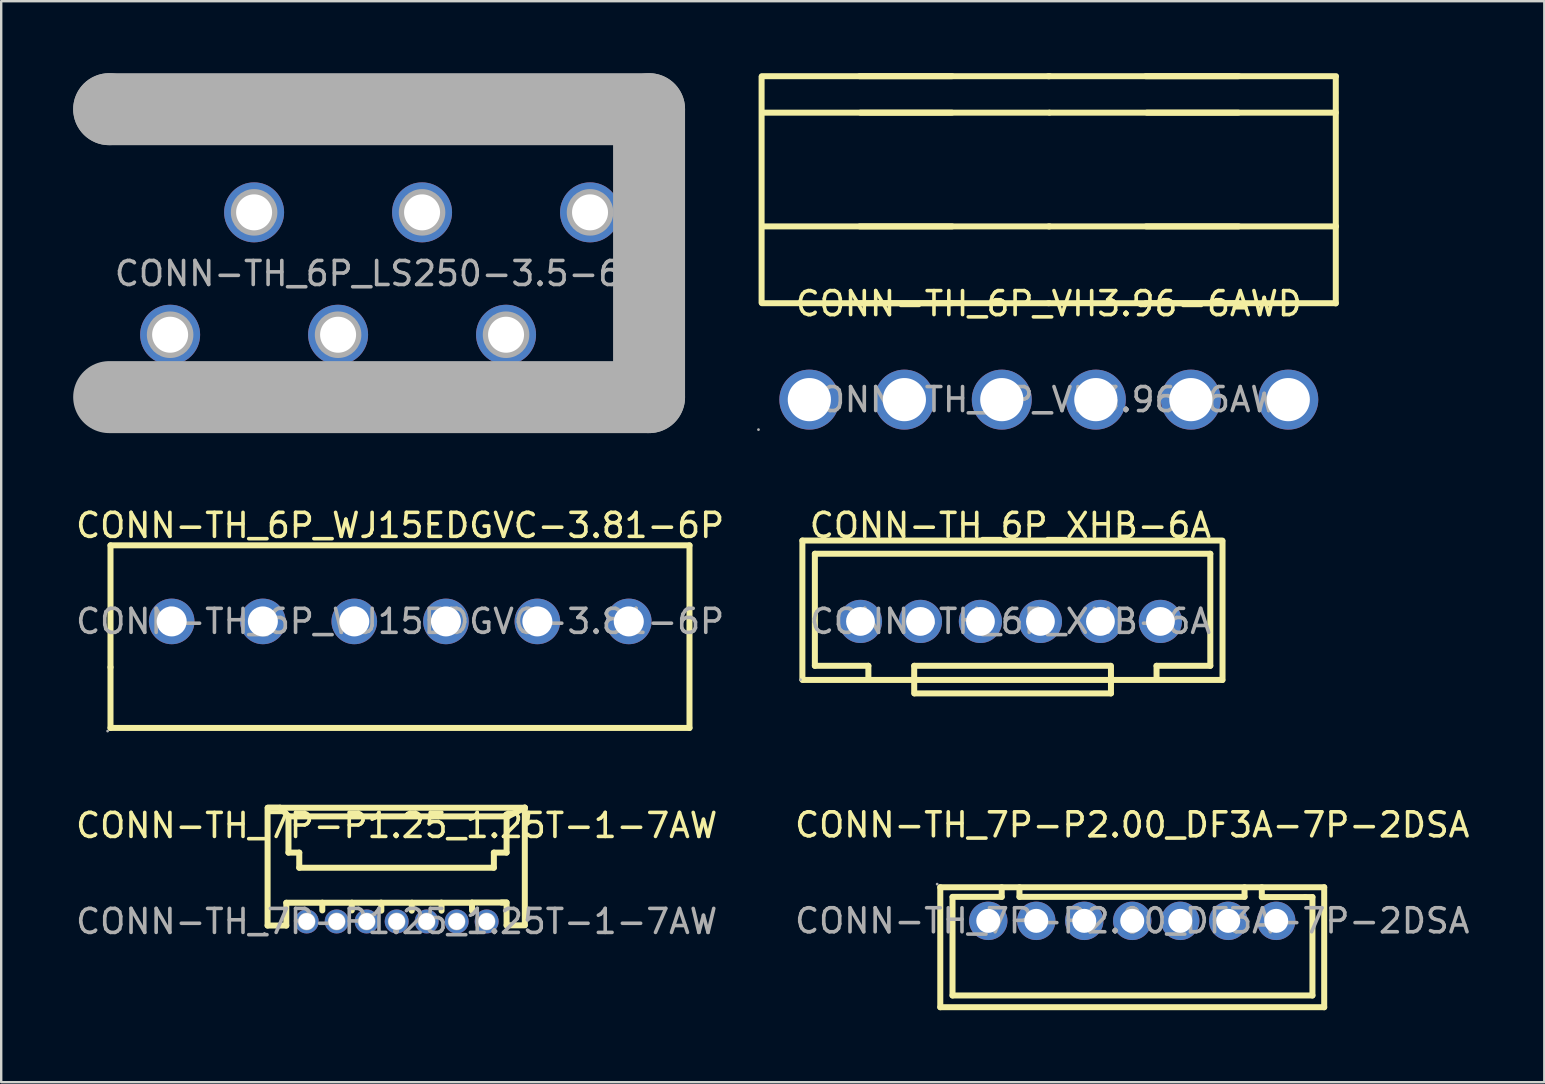
<source format=kicad_pcb>
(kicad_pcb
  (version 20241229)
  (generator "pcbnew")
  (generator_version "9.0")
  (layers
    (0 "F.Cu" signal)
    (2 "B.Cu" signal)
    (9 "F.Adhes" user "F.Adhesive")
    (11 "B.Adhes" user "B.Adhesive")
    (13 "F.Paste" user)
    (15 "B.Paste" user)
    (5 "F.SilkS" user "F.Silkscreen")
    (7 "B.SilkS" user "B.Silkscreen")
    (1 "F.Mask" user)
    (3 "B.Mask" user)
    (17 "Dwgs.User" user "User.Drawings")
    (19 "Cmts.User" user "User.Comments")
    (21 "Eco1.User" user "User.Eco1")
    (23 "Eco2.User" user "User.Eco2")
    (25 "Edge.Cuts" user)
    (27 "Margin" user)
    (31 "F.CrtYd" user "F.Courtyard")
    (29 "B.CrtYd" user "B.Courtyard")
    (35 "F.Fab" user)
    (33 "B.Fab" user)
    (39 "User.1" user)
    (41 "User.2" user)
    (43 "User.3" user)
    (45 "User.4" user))
  (footprint "CONN-TH_6P_WJ15EDGVC-3.81-6P"
    (layer "F.Cu")
    (at 13.625 22.848)
    (property "Reference" "CONN-TH_6P_WJ15EDGVC-3.81-6P" (at 0 -4 0) (layer "F.SilkS") (effects (font (size 1 1) (thickness 0.15))))
    (attr through_hole)
    (fp_line (start -12.07 -3.17) (end -12.07 1.91) (stroke (width 0.25) (type solid)) (layer "F.SilkS"))
    (fp_line (start -12.07 -3.17) (end 12.06 -3.17) (stroke (width 0.25) (type solid)) (layer "F.SilkS"))
    (fp_line (start -12.07 1.91) (end -12.07 4.44) (stroke (width 0.25) (type solid)) (layer "F.SilkS"))
    (fp_line (start 12.06 -3.17) (end 12.06 4.44) (stroke (width 0.25) (type solid)) (layer "F.SilkS"))
    (fp_line (start 12.06 4.44) (end -12.07 4.44) (stroke (width 0.25) (type solid)) (layer "F.SilkS"))
    (fp_circle (center -12.19 4.57) (end -12.16 4.57) (stroke (width 0.06) (type solid)) (fill no) (layer "F.Fab"))
    (fp_circle (center -9.52 0) (end -9.26 0) (stroke (width 0.52) (type solid)) (fill no) (layer "F.Fab"))
    (fp_circle (center -5.72 0) (end -5.46 0) (stroke (width 0.52) (type solid)) (fill no) (layer "F.Fab"))
    (fp_circle (center -1.91 0) (end -1.65 0) (stroke (width 0.52) (type solid)) (fill no) (layer "F.Fab"))
    (fp_circle (center 1.91 0) (end 2.17 0) (stroke (width 0.52) (type solid)) (fill no) (layer "F.Fab"))
    (fp_circle (center 5.72 0) (end 5.98 0) (stroke (width 0.52) (type solid)) (fill no) (layer "F.Fab"))
    (fp_circle (center 9.53 0) (end 9.79 0) (stroke (width 0.52) (type solid)) (fill no) (layer "F.Fab"))
    (fp_text user "${REFERENCE}" (at 0 0 0) (layer "F.Fab") (effects (font (size 1 1) (thickness 0.15))))
    (pad "1" thru_hole circle (at -9.52 0) (size 1.9 1.9) (drill 1.25) (layers "*.Cu" "*.Paste" "*.Mask"))
    (pad "2" thru_hole circle (at -5.72 0) (size 1.9 1.9) (drill 1.25) (layers "*.Cu" "*.Paste" "*.Mask"))
    (pad "3" thru_hole circle (at -1.91 0) (size 1.9 1.9) (drill 1.25) (layers "*.Cu" "*.Paste" "*.Mask"))
    (pad "4" thru_hole circle (at 1.91 0) (size 1.9 1.9) (drill 1.25) (layers "*.Cu" "*.Paste" "*.Mask"))
    (pad "5" thru_hole circle (at 5.72 0) (size 1.9 1.9) (drill 1.25) (layers "*.Cu" "*.Paste" "*.Mask"))
    (pad "6" thru_hole circle (at 9.53 0) (size 1.9 1.9) (drill 1.25) (layers "*.Cu" "*.Paste" "*.Mask")))
  (footprint "CONN-TH_6P_LS250-3.5-6P"
    (layer "F.Cu")
    (at 12.79 8.35)
    (property "Reference" "CONN-TH_6P_LS250-3.5-6P" (at 0 -6.55 0) (layer "F.SilkS") (effects (font (size 1 1) (thickness 0.15))))
    (attr through_hole)
    (fp_line (start -11.29 4.33) (end 11.06 4.33) (stroke (width 0.25) (type solid)) (layer "F.SilkS"))
    (fp_line (start -11.29 -6.85) (end -11.29 -6.85) (stroke (width 3) (type solid)) (layer "F.Fab"))
    (fp_line (start -11.29 -6.85) (end 11.21 -6.85) (stroke (width 3) (type solid)) (layer "F.Fab"))
    (fp_line (start 11.21 -6.85) (end 11.21 5.15) (stroke (width 3) (type solid)) (layer "F.Fab"))
    (fp_line (start 11.21 5.15) (end -11.29 5.15) (stroke (width 3) (type solid)) (layer "F.Fab"))
    (fp_circle (center -11.42 5.28) (end -11.39 5.28) (stroke (width 0.06) (type solid)) (fill no) (layer "F.Fab"))
    (fp_circle (center -8.75 2.55) (end -8.43 2.55) (stroke (width 0.65) (type solid)) (fill no) (layer "F.Fab"))
    (fp_circle (center -5.25 -2.55) (end -4.93 -2.55) (stroke (width 0.65) (type solid)) (fill no) (layer "F.Fab"))
    (fp_circle (center -1.75 2.55) (end -1.43 2.55) (stroke (width 0.65) (type solid)) (fill no) (layer "F.Fab"))
    (fp_circle (center 1.75 -2.55) (end 2.07 -2.55) (stroke (width 0.65) (type solid)) (fill no) (layer "F.Fab"))
    (fp_circle (center 5.25 2.55) (end 5.57 2.55) (stroke (width 0.65) (type solid)) (fill no) (layer "F.Fab"))
    (fp_circle (center 8.75 -2.55) (end 9.07 -2.55) (stroke (width 0.65) (type solid)) (fill no) (layer "F.Fab"))
    (fp_text user "${REFERENCE}" (at 0 0 0) (layer "F.Fab") (effects (font (size 1 1) (thickness 0.15))))
    (pad "1" thru_hole circle (at -8.75 2.55) (size 2.5 2.5) (drill 1.5) (layers "*.Cu" "*.Paste" "*.Mask"))
    (pad "2" thru_hole circle (at -5.25 -2.55) (size 2.5 2.5) (drill 1.5) (layers "*.Cu" "*.Paste" "*.Mask"))
    (pad "3" thru_hole circle (at -1.75 2.55) (size 2.5 2.5) (drill 1.5) (layers "*.Cu" "*.Paste" "*.Mask"))
    (pad "4" thru_hole circle (at 1.75 -2.55) (size 2.5 2.5) (drill 1.5) (layers "*.Cu" "*.Paste" "*.Mask"))
    (pad "5" thru_hole circle (at 5.25 2.55) (size 2.5 2.5) (drill 1.5) (layers "*.Cu" "*.Paste" "*.Mask"))
    (pad "6" thru_hole circle (at 8.75 -2.55) (size 2.5 2.5) (drill 1.5) (layers "*.Cu" "*.Paste" "*.Mask")))
  (footprint "CONN-TH_6P_VH3.96-6AWD"
    (layer "F.Cu")
    (at 40.66 13.605)
    (property "Reference" "CONN-TH_6P_VH3.96-6AWD" (at 0 -4 0) (layer "F.SilkS") (effects (font (size 1 1) (thickness 0.15))))
    (attr through_hole)
    (fp_line (start -11.97 -13.45) (end -11.97 -4.05) (stroke (width 0.25) (type solid)) (layer "F.SilkS"))
    (fp_line (start -11.96 -4.02) (end -4.04 -4.02) (stroke (width 0.25) (type solid)) (layer "F.SilkS"))
    (fp_line (start -11.94 -7.22) (end -4.03 -7.22) (stroke (width 0.25) (type solid)) (layer "F.SilkS"))
    (fp_line (start -11.91 -11.96) (end -4.04 -11.96) (stroke (width 0.25) (type solid)) (layer "F.SilkS"))
    (fp_line (start -7.9 -4.02) (end 0.02 -4.02) (stroke (width 0.25) (type solid)) (layer "F.SilkS"))
    (fp_line (start -7.88 -7.22) (end 0.03 -7.22) (stroke (width 0.25) (type solid)) (layer "F.SilkS"))
    (fp_line (start -7.85 -11.96) (end 0.02 -11.96) (stroke (width 0.25) (type solid)) (layer "F.SilkS"))
    (fp_line (start -4.03 -13.48) (end -11.96 -13.48) (stroke (width 0.25) (type solid)) (layer "F.SilkS"))
    (fp_line (start -0.02 -4.02) (end 7.9 -4.02) (stroke (width 0.25) (type solid)) (layer "F.SilkS"))
    (fp_line (start 0 -7.22) (end 7.91 -7.22) (stroke (width 0.25) (type solid)) (layer "F.SilkS"))
    (fp_line (start 0.03 -13.48) (end -7.89 -13.48) (stroke (width 0.25) (type solid)) (layer "F.SilkS"))
    (fp_line (start 0.03 -11.96) (end 7.9 -11.96) (stroke (width 0.25) (type solid)) (layer "F.SilkS"))
    (fp_line (start 4.04 -4.02) (end 11.96 -4.02) (stroke (width 0.25) (type solid)) (layer "F.SilkS"))
    (fp_line (start 4.06 -7.22) (end 11.97 -7.22) (stroke (width 0.25) (type solid)) (layer "F.SilkS"))
    (fp_line (start 4.09 -11.96) (end 11.96 -11.96) (stroke (width 0.25) (type solid)) (layer "F.SilkS"))
    (fp_line (start 7.91 -13.48) (end -0.02 -13.48) (stroke (width 0.25) (type solid)) (layer "F.SilkS"))
    (fp_line (start 11.96 -13.41) (end 11.96 -4.01) (stroke (width 0.25) (type solid)) (layer "F.SilkS"))
    (fp_line (start 11.97 -13.48) (end 4.04 -13.48) (stroke (width 0.25) (type solid)) (layer "F.SilkS"))
    (fp_circle (center -12.1 1.25) (end -12.07 1.25) (stroke (width 0.06) (type solid)) (fill no) (layer "F.Fab"))
    (fp_circle (center -9.98 0) (end -9.58 0) (stroke (width 0.8) (type solid)) (fill no) (layer "F.Fab"))
    (fp_circle (center -6.02 0) (end -5.62 0) (stroke (width 0.8) (type solid)) (fill no) (layer "F.Fab"))
    (fp_circle (center -1.96 0) (end -1.56 0) (stroke (width 0.8) (type solid)) (fill no) (layer "F.Fab"))
    (fp_circle (center 1.96 0) (end 2.36 0) (stroke (width 0.8) (type solid)) (fill no) (layer "F.Fab"))
    (fp_circle (center 5.92 0) (end 6.32 0) (stroke (width 0.8) (type solid)) (fill no) (layer "F.Fab"))
    (fp_circle (center 9.98 0) (end 10.38 0) (stroke (width 0.8) (type solid)) (fill no) (layer "F.Fab"))
    (fp_text user "${REFERENCE}" (at 0 0 0) (layer "F.Fab") (effects (font (size 1 1) (thickness 0.15))))
    (pad "1" thru_hole circle (at -9.98 0) (size 2.5 2.5) (drill 1.8) (layers "*.Cu" "*.Paste" "*.Mask"))
    (pad "2" thru_hole circle (at -6.02 0) (size 2.5 2.5) (drill 1.8) (layers "*.Cu" "*.Paste" "*.Mask"))
    (pad "3" thru_hole circle (at -1.96 0) (size 2.5 2.5) (drill 1.8) (layers "*.Cu" "*.Paste" "*.Mask"))
    (pad "4" thru_hole circle (at 1.96 0) (size 2.5 2.5) (drill 1.8) (layers "*.Cu" "*.Paste" "*.Mask"))
    (pad "5" thru_hole circle (at 5.92 0) (size 2.5 2.5) (drill 1.8) (layers "*.Cu" "*.Paste" "*.Mask"))
    (pad "6" thru_hole circle (at 9.98 0) (size 2.5 2.5) (drill 1.8) (layers "*.Cu" "*.Paste" "*.Mask")))
  (footprint "CONN-TH_6P_XHB-6A"
    (layer "F.Cu")
    (at 39.06 22.848)
    (property "Reference" "CONN-TH_6P_XHB-6A" (at 0 -4 0) (layer "F.SilkS") (effects (font (size 1 1) (thickness 0.15))))
    (attr through_hole)
    (fp_line (start -8.67 -3.37) (end -8.67 2.43) (stroke (width 0.25) (type solid)) (layer "F.SilkS"))
    (fp_line (start -8.67 -3.37) (end 8.83 -3.37) (stroke (width 0.25) (type solid)) (layer "F.SilkS"))
    (fp_line (start -8.66 2.44) (end 8.83 2.44) (stroke (width 0.25) (type solid)) (layer "F.SilkS"))
    (fp_line (start -8.15 -2.82) (end -8.15 1.85) (stroke (width 0.25) (type solid)) (layer "F.SilkS"))
    (fp_line (start -8.15 -2.82) (end 8.33 -2.82) (stroke (width 0.25) (type solid)) (layer "F.SilkS"))
    (fp_line (start -8.15 1.85) (end -5.92 1.85) (stroke (width 0.25) (type solid)) (layer "F.SilkS"))
    (fp_line (start -5.92 1.85) (end -5.92 2.39) (stroke (width 0.25) (type solid)) (layer "F.SilkS"))
    (fp_line (start -4.01 1.85) (end -4.01 2.39) (stroke (width 0.25) (type solid)) (layer "F.SilkS"))
    (fp_line (start -4.01 1.85) (end 4.16 1.85) (stroke (width 0.25) (type solid)) (layer "F.SilkS"))
    (fp_line (start -4.01 3) (end -4.01 2.46) (stroke (width 0.25) (type solid)) (layer "F.SilkS"))
    (fp_line (start 4.19 1.85) (end 4.19 2.39) (stroke (width 0.25) (type solid)) (layer "F.SilkS"))
    (fp_line (start 4.19 3) (end -3.99 3) (stroke (width 0.25) (type solid)) (layer "F.SilkS"))
    (fp_line (start 4.19 3) (end 4.19 2.46) (stroke (width 0.25) (type solid)) (layer "F.SilkS"))
    (fp_line (start 6.09 1.85) (end 6.09 2.39) (stroke (width 0.25) (type solid)) (layer "F.SilkS"))
    (fp_line (start 6.09 1.85) (end 8.33 1.85) (stroke (width 0.25) (type solid)) (layer "F.SilkS"))
    (fp_line (start 8.33 -2.82) (end 8.33 1.85) (stroke (width 0.25) (type solid)) (layer "F.SilkS"))
    (fp_line (start 8.84 -3.35) (end 8.84 2.44) (stroke (width 0.25) (type solid)) (layer "F.SilkS"))
    (fp_circle (center -8.75 2.43) (end -8.72 2.43) (stroke (width 0.06) (type solid)) (fill no) (layer "F.Fab"))
    (fp_text user "${REFERENCE}" (at 0 0 0) (layer "F.Fab") (effects (font (size 1 1) (thickness 0.15))))
    (pad "1" thru_hole circle (at -6.25 0) (size 1.8 1.8) (drill 1.199) (layers "*.Cu" "*.Paste" "*.Mask"))
    (pad "2" thru_hole circle (at -3.75 0) (size 1.8 1.8) (drill 1.199) (layers "*.Cu" "*.Paste" "*.Mask"))
    (pad "3" thru_hole circle (at -1.25 0) (size 1.8 1.8) (drill 1.199) (layers "*.Cu" "*.Paste" "*.Mask"))
    (pad "4" thru_hole circle (at 1.25 0) (size 1.8 1.8) (drill 1.199) (layers "*.Cu" "*.Paste" "*.Mask"))
    (pad "5" thru_hole circle (at 3.75 0) (size 1.8 1.8) (drill 1.199) (layers "*.Cu" "*.Paste" "*.Mask"))
    (pad "6" thru_hole circle (at 6.25 0) (size 1.8 1.8) (drill 1.199) (layers "*.Cu" "*.Paste" "*.Mask")))
  (footprint "CONN-TH_7P-P1.25_1.25T-1-7AW"
    (layer "F.Cu")
    (at 13.482 35.353)
    (property "Reference" "CONN-TH_7P-P1.25_1.25T-1-7AW" (at 0 -4 0) (layer "F.SilkS") (effects (font (size 1 1) (thickness 0.15))))
    (attr through_hole)
    (fp_line (start -5.38 -4.73) (end -5.38 0.17) (stroke (width 0.25) (type solid)) (layer "F.SilkS"))
    (fp_line (start -5.38 0.17) (end -4.6 0.17) (stroke (width 0.25) (type solid)) (layer "F.SilkS"))
    (fp_line (start -5.37 -4.74) (end -4.86 -4.74) (stroke (width 0.25) (type solid)) (layer "F.SilkS"))
    (fp_line (start -5.37 -4.74) (end 5.34 -4.74) (stroke (width 0.25) (type solid)) (layer "F.SilkS"))
    (fp_line (start -4.86 -4.74) (end -4.5 -4.38) (stroke (width 0.25) (type solid)) (layer "F.SilkS"))
    (fp_line (start -4.6 -0.78) (end -3.1 -0.78) (stroke (width 0.25) (type solid)) (layer "F.SilkS"))
    (fp_line (start -4.6 0.17) (end -4.6 -0.78) (stroke (width 0.25) (type solid)) (layer "F.SilkS"))
    (fp_line (start -4.51 -4.34) (end -4.51 -2.87) (stroke (width 0.25) (type solid)) (layer "F.SilkS"))
    (fp_line (start -4.51 -2.87) (end -4.06 -2.87) (stroke (width 0.25) (type solid)) (layer "F.SilkS"))
    (fp_line (start -4.5 -4.38) (end -4.5 -4.35) (stroke (width 0.25) (type solid)) (layer "F.SilkS"))
    (fp_line (start -4.5 -4.38) (end 4.64 -4.38) (stroke (width 0.25) (type solid)) (layer "F.SilkS"))
    (fp_line (start -4.06 -2.87) (end -4.06 -2.24) (stroke (width 0.25) (type solid)) (layer "F.SilkS"))
    (fp_line (start -4.06 -2.24) (end 4.05 -2.24) (stroke (width 0.25) (type solid)) (layer "F.SilkS"))
    (fp_line (start -3.1 -0.78) (end -3.1 -0.46) (stroke (width 0.25) (type solid)) (layer "F.SilkS"))
    (fp_line (start -3.09 -0.78) (end -1.87 -0.78) (stroke (width 0.25) (type solid)) (layer "F.SilkS"))
    (fp_line (start -1.87 -0.78) (end -1.87 -0.46) (stroke (width 0.25) (type solid)) (layer "F.SilkS"))
    (fp_line (start -1.86 -0.78) (end -0.64 -0.78) (stroke (width 0.25) (type solid)) (layer "F.SilkS"))
    (fp_line (start -0.66 -0.78) (end 0.63 -0.78) (stroke (width 0.25) (type solid)) (layer "F.SilkS"))
    (fp_line (start -0.64 -0.78) (end -0.64 -0.45) (stroke (width 0.25) (type solid)) (layer "F.SilkS"))
    (fp_line (start 0.63 -0.78) (end 0.63 -0.45) (stroke (width 0.25) (type solid)) (layer "F.SilkS"))
    (fp_line (start 0.65 -0.78) (end 1.87 -0.78) (stroke (width 0.25) (type solid)) (layer "F.SilkS"))
    (fp_line (start 1.85 -0.78) (end 3.14 -0.78) (stroke (width 0.25) (type solid)) (layer "F.SilkS"))
    (fp_line (start 1.87 -0.78) (end 1.87 -0.45) (stroke (width 0.25) (type solid)) (layer "F.SilkS"))
    (fp_line (start 3.14 -0.79) (end 4.49 -0.79) (stroke (width 0.25) (type solid)) (layer "F.SilkS"))
    (fp_line (start 3.14 -0.78) (end 3.14 -0.45) (stroke (width 0.25) (type solid)) (layer "F.SilkS"))
    (fp_line (start 4.05 -2.87) (end 4.58 -2.87) (stroke (width 0.25) (type solid)) (layer "F.SilkS"))
    (fp_line (start 4.05 -2.24) (end 4.05 -2.87) (stroke (width 0.25) (type solid)) (layer "F.SilkS"))
    (fp_line (start 4.58 -4.35) (end 4.58 -4.36) (stroke (width 0.25) (type solid)) (layer "F.SilkS"))
    (fp_line (start 4.58 -2.87) (end 4.58 -4.35) (stroke (width 0.25) (type solid)) (layer "F.SilkS"))
    (fp_line (start 4.58 -0.79) (end 4.37 -0.79) (stroke (width 0.25) (type solid)) (layer "F.SilkS"))
    (fp_line (start 4.58 0.16) (end 4.58 -0.79) (stroke (width 0.25) (type solid)) (layer "F.SilkS"))
    (fp_line (start 4.64 -4.38) (end 5.34 -4.74) (stroke (width 0.25) (type solid)) (layer "F.SilkS"))
    (fp_line (start 5.34 -4.75) (end 5.34 0.15) (stroke (width 0.25) (type solid)) (layer "F.SilkS"))
    (fp_line (start 5.34 0.16) (end 4.58 0.16) (stroke (width 0.25) (type solid)) (layer "F.SilkS"))
    (fp_circle (center -5.51 0.5) (end -5.48 0.5) (stroke (width 0.06) (type solid)) (fill no) (layer "F.Fab"))
    (fp_circle (center -3.75 0) (end -3.63 0) (stroke (width 0.25) (type solid)) (fill no) (layer "F.Fab"))
    (fp_circle (center -2.5 0) (end -2.38 0) (stroke (width 0.25) (type solid)) (fill no) (layer "F.Fab"))
    (fp_circle (center -1.25 0) (end -1.13 0) (stroke (width 0.25) (type solid)) (fill no) (layer "F.Fab"))
    (fp_circle (center 0 0) (end 0.12 0) (stroke (width 0.25) (type solid)) (fill no) (layer "F.Fab"))
    (fp_circle (center 1.25 0) (end 1.37 0) (stroke (width 0.25) (type solid)) (fill no) (layer "F.Fab"))
    (fp_circle (center 2.5 0) (end 2.62 0) (stroke (width 0.25) (type solid)) (fill no) (layer "F.Fab"))
    (fp_circle (center 3.75 0) (end 3.87 0) (stroke (width 0.25) (type solid)) (fill no) (layer "F.Fab"))
    (fp_text user "${REFERENCE}" (at 0 0 0) (layer "F.Fab") (effects (font (size 1 1) (thickness 0.15))))
    (pad "1" thru_hole circle (at -3.75 0) (size 1 1) (drill 0.7) (layers "*.Cu" "*.Paste" "*.Mask"))
    (pad "2" thru_hole circle (at -2.5 0) (size 1 1) (drill 0.7) (layers "*.Cu" "*.Paste" "*.Mask"))
    (pad "3" thru_hole circle (at -1.25 0) (size 1 1) (drill 0.7) (layers "*.Cu" "*.Paste" "*.Mask"))
    (pad "4" thru_hole circle (at 0 0) (size 1 1) (drill 0.7) (layers "*.Cu" "*.Paste" "*.Mask"))
    (pad "5" thru_hole circle (at 1.25 0) (size 1 1) (drill 0.7) (layers "*.Cu" "*.Paste" "*.Mask"))
    (pad "6" thru_hole circle (at 2.5 0) (size 1 1) (drill 0.7) (layers "*.Cu" "*.Paste" "*.Mask"))
    (pad "7" thru_hole circle (at 3.75 0) (size 1 1) (drill 0.7) (layers "*.Cu" "*.Paste" "*.Mask")))
  (footprint "CONN-TH_7P-P2.00_DF3A-7P-2DSA"
    (layer "F.Cu")
    (at 44.137 35.327)
    (property "Reference" "CONN-TH_7P-P2.00_DF3A-7P-2DSA" (at 0 -4 0) (layer "F.SilkS") (effects (font (size 1 1) (thickness 0.15))))
    (attr through_hole)
    (fp_line (start -8 -1.4) (end -8 3.6) (stroke (width 0.25) (type solid)) (layer "F.SilkS"))
    (fp_line (start -8 -1.4) (end 8 -1.4) (stroke (width 0.25) (type solid)) (layer "F.SilkS"))
    (fp_line (start -7.49 -0.99) (end -7.49 3.11) (stroke (width 0.25) (type solid)) (layer "F.SilkS"))
    (fp_line (start -7.49 3.11) (end 7.51 3.11) (stroke (width 0.25) (type solid)) (layer "F.SilkS"))
    (fp_line (start -5.44 -1.4) (end -5.44 -1) (stroke (width 0.25) (type solid)) (layer "F.SilkS"))
    (fp_line (start -5.44 -1) (end -7.49 -1) (stroke (width 0.25) (type solid)) (layer "F.SilkS"))
    (fp_line (start -4.7 -1) (end -4.7 -1.4) (stroke (width 0.25) (type solid)) (layer "F.SilkS"))
    (fp_line (start 4.68 -1.4) (end 4.68 -1) (stroke (width 0.25) (type solid)) (layer "F.SilkS"))
    (fp_line (start 4.68 -1) (end -4.7 -1) (stroke (width 0.25) (type solid)) (layer "F.SilkS"))
    (fp_line (start 5.4 -0.99) (end 5.4 -1.4) (stroke (width 0.25) (type solid)) (layer "F.SilkS"))
    (fp_line (start 7.21 -0.99) (end 5.4 -0.99) (stroke (width 0.25) (type solid)) (layer "F.SilkS"))
    (fp_line (start 7.51 -0.99) (end 7.21 -0.99) (stroke (width 0.25) (type solid)) (layer "F.SilkS"))
    (fp_line (start 7.51 3.11) (end 7.51 -0.99) (stroke (width 0.25) (type solid)) (layer "F.SilkS"))
    (fp_line (start 8 3.6) (end -8 3.6) (stroke (width 0.25) (type solid)) (layer "F.SilkS"))
    (fp_line (start 8 3.6) (end 8 -1.4) (stroke (width 0.25) (type solid)) (layer "F.SilkS"))
    (fp_circle (center -8.13 -1.53) (end -8.1 -1.53) (stroke (width 0.06) (type solid)) (fill no) (layer "F.Fab"))
    (fp_circle (center -6 0) (end -5.8 0) (stroke (width 0.4) (type solid)) (fill no) (layer "F.Fab"))
    (fp_circle (center -4 0) (end -3.8 0) (stroke (width 0.4) (type solid)) (fill no) (layer "F.Fab"))
    (fp_circle (center -2 0) (end -1.8 0) (stroke (width 0.4) (type solid)) (fill no) (layer "F.Fab"))
    (fp_circle (center 0 0) (end 0.2 0) (stroke (width 0.4) (type solid)) (fill no) (layer "F.Fab"))
    (fp_circle (center 2 0) (end 2.2 0) (stroke (width 0.4) (type solid)) (fill no) (layer "F.Fab"))
    (fp_circle (center 4 0) (end 4.2 0) (stroke (width 0.4) (type solid)) (fill no) (layer "F.Fab"))
    (fp_circle (center 6 0) (end 6.2 0) (stroke (width 0.4) (type solid)) (fill no) (layer "F.Fab"))
    (fp_text user "${REFERENCE}" (at 0 0 0) (layer "F.Fab") (effects (font (size 1 1) (thickness 0.15))))
    (pad "1" thru_hole circle (at -6 0) (size 1.6 1.6) (drill 1) (layers "*.Cu" "*.Paste" "*.Mask"))
    (pad "2" thru_hole circle (at -4 0) (size 1.6 1.6) (drill 1) (layers "*.Cu" "*.Paste" "*.Mask"))
    (pad "3" thru_hole circle (at -2 0) (size 1.6 1.6) (drill 1) (layers "*.Cu" "*.Paste" "*.Mask"))
    (pad "4" thru_hole circle (at 0 0) (size 1.6 1.6) (drill 1) (layers "*.Cu" "*.Paste" "*.Mask"))
    (pad "5" thru_hole circle (at 2 0) (size 1.6 1.6) (drill 1) (layers "*.Cu" "*.Paste" "*.Mask"))
    (pad "6" thru_hole circle (at 4 0) (size 1.6 1.6) (drill 1) (layers "*.Cu" "*.Paste" "*.Mask"))
    (pad "7" thru_hole circle (at 6 0) (size 1.6 1.6) (drill 1) (layers "*.Cu" "*.Paste" "*.Mask")))
  (gr_rect
    (start -3 -3)
    (end 61.31 42.051)
    (stroke (width 0.1) (type default))
    (fill no)
    (layer "Edge.Cuts")))
</source>
